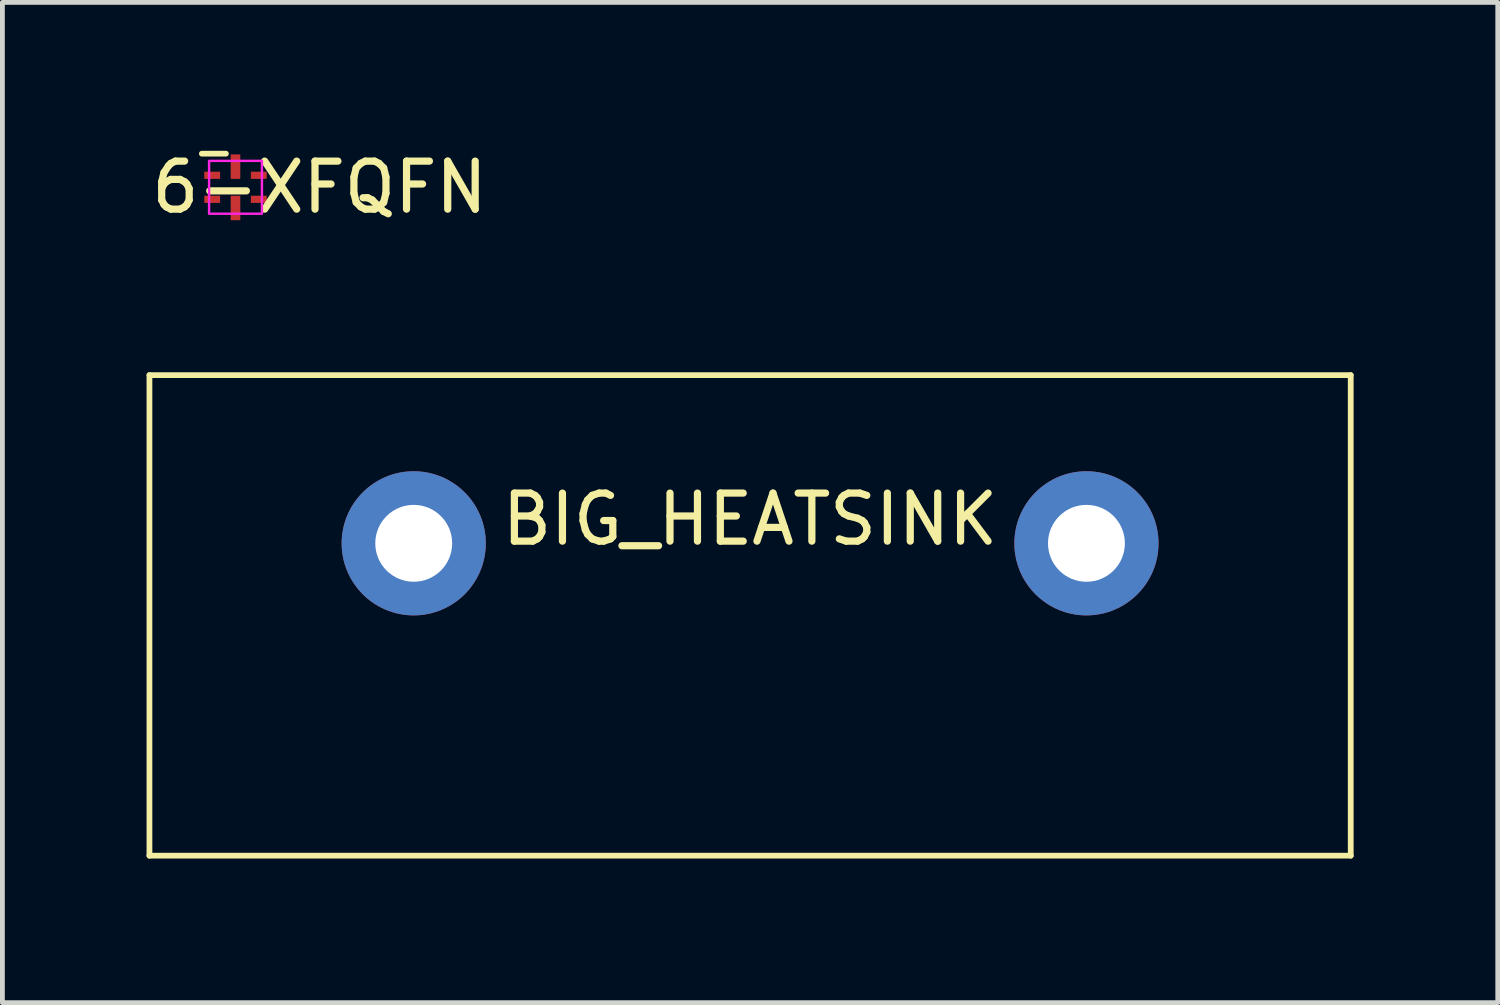
<source format=kicad_pcb>
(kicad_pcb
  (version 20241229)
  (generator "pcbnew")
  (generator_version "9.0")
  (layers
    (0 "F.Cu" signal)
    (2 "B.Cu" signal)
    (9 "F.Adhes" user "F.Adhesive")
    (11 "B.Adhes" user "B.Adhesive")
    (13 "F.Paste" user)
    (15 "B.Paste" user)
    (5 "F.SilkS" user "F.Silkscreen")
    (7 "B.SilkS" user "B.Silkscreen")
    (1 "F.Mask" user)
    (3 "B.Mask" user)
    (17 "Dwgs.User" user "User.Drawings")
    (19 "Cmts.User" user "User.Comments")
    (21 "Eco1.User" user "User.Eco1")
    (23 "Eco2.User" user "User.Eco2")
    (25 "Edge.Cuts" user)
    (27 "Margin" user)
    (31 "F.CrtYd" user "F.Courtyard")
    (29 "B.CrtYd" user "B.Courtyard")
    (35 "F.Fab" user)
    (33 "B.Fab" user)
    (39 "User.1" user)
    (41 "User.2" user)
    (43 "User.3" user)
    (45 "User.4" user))
  (footprint "6-XFQFN"
    (layer "F.Cu")
    (at 1.851 0.848)
    (property "Reference" "6-XFQFN" (at 1.75 0 0) (unlocked yes) (layer "F.SilkS") (effects (font (size 1 1) (thickness 0.15))))
    (attr smd)
    (fp_line (start -0.2 -0.7) (end -0.7 -0.7) (stroke (width 0.12) (type solid)) (layer "F.SilkS"))
    (fp_rect (start -0.55 -0.55) (end 0.55 0.55) (stroke (width 0.05) (type solid)) (fill no) (layer "F.CrtYd"))
    (pad "1" smd rect (at -0.485 -0.25) (size 0.33 0.15) (layers "F.Cu" "F.Mask" "F.Paste"))
    (pad "2" smd rect (at -0.485 0.25) (size 0.33 0.15) (layers "F.Cu" "F.Mask" "F.Paste"))
    (pad "3" smd rect (at 0 0.43 90) (size 0.51 0.2) (layers "F.Cu" "F.Mask" "F.Paste"))
    (pad "4" smd rect (at 0.485 0.25) (size 0.33 0.15) (layers "F.Cu" "F.Mask" "F.Paste"))
    (pad "5" smd rect (at 0.485 -0.25) (size 0.33 0.15) (layers "F.Cu" "F.Mask" "F.Paste"))
    (pad "6" smd rect (at 0 -0.43 90) (size 0.51 0.2) (layers "F.Cu" "F.Mask" "F.Paste")))
  (footprint "BIG_HEATSINK"
    (layer "F.Cu")
    (at 12.56 8.257)
    (property "Reference" "BIG_HEATSINK" (at 0 -0.5 0) (unlocked yes) (layer "F.SilkS") (effects (font (size 1 1) (thickness 0.15))))
    (attr smd)
    (fp_line (start -12.5 -3.5) (end -12.5 6.5) (stroke (width 0.12) (type solid)) (layer "F.SilkS"))
    (fp_line (start -12.5 -3.5) (end 12.5 -3.5) (stroke (width 0.12) (type solid)) (layer "F.SilkS"))
    (fp_line (start -12.5 6.5) (end 12.5 6.5) (stroke (width 0.12) (type solid)) (layer "F.SilkS"))
    (fp_line (start 12.5 -3.5) (end 12.5 6.5) (stroke (width 0.12) (type solid)) (layer "F.SilkS"))
    (pad "" thru_hole circle (at -7 0) (size 3 3) (drill 1.6) (layers "*.Cu" "*.Mask"))
    (pad "" thru_hole circle (at 7 0) (size 3 3) (drill 1.6) (layers "*.Cu" "*.Mask")))
  (gr_rect
    (start -3 -3)
    (end 28.12 17.817)
    (stroke (width 0.1) (type default))
    (fill no)
    (layer "Edge.Cuts")))
</source>
